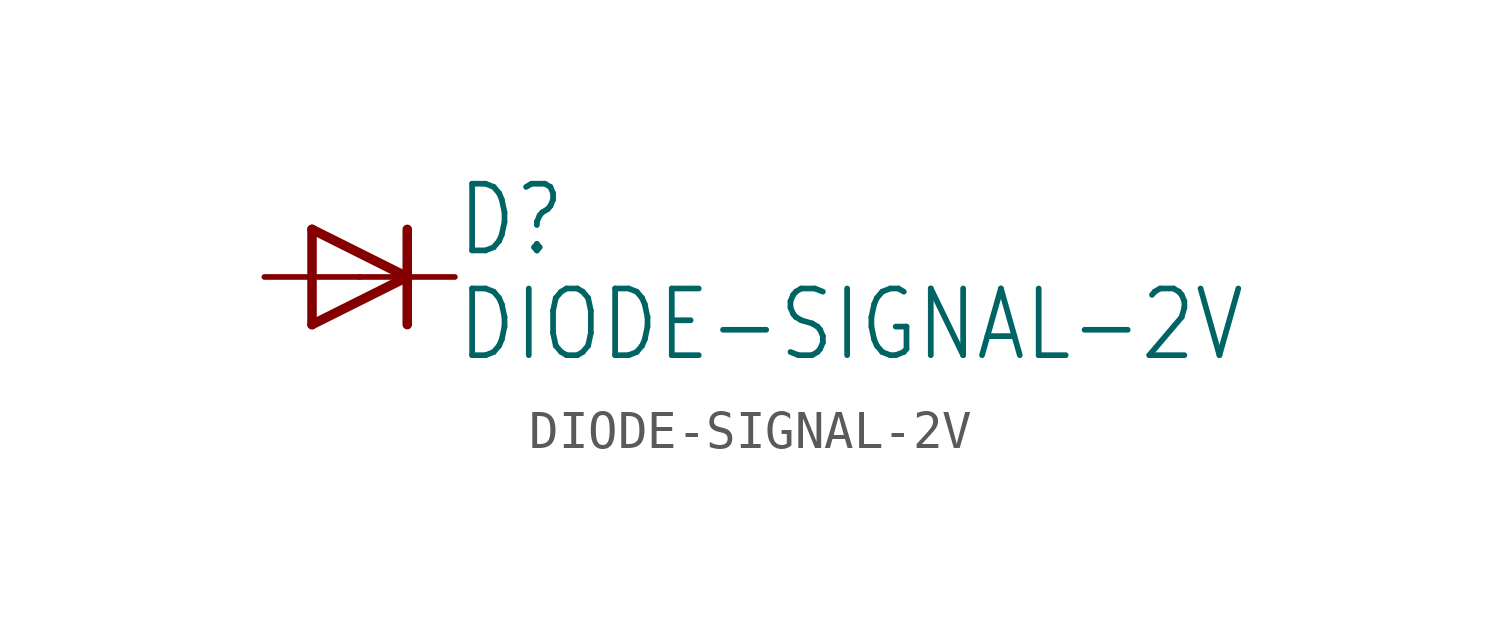
<source format=kicad_sym>
(kicad_symbol_lib
  (version 20211014)
  (generator kicad_symbol_editor)
  (symbol "DIODE-SIGNAL-2V"
    (property "Reference" "D"
      (at 2.54 0.483 0)
      (effects (font (size 1.778 1.511)) (justify left bottom)))
    (property "Value" "DIODE-SIGNAL-2V"
      (at 2.54 -2.311 0)
      (effects (font (size 1.778 1.511)) (justify left bottom)))
    (property "ki_locked" ""
      (at 0 0 0)
      (effects (font (size 1.27 1.27))))
    (symbol "DIODE-SIGNAL-2V_1_0"
      (polyline (pts (xy -1.27 -1.27) (xy 1.27 0)) (stroke (width 0.254) (type default) (color 0 0 0 0)) (fill (type none)))
      (polyline (pts (xy -1.27 1.27) (xy -1.27 -1.27)) (stroke (width 0.254) (type default) (color 0 0 0 0)) (fill (type none)))
      (polyline (pts (xy 1.27 0) (xy -1.27 1.27)) (stroke (width 0.254) (type default) (color 0 0 0 0)) (fill (type none)))
      (polyline (pts (xy 1.27 0) (xy 1.27 -1.27)) (stroke (width 0.254) (type default) (color 0 0 0 0)) (fill (type none)))
      (polyline (pts (xy 1.27 1.27) (xy 1.27 0)) (stroke (width 0.254) (type default) (color 0 0 0 0)) (fill (type none)))
      (pin passive line (at -2.54 0 0) (length 2.54) (name "A" (effects (font (size 0 0)))) (number "A" (effects (font (size 0 0)))))
      (pin passive line (at 2.54 0 180) (length 2.54) (name "C" (effects (font (size 0 0)))) (number "C" (effects (font (size 0 0))))))))
</source>
